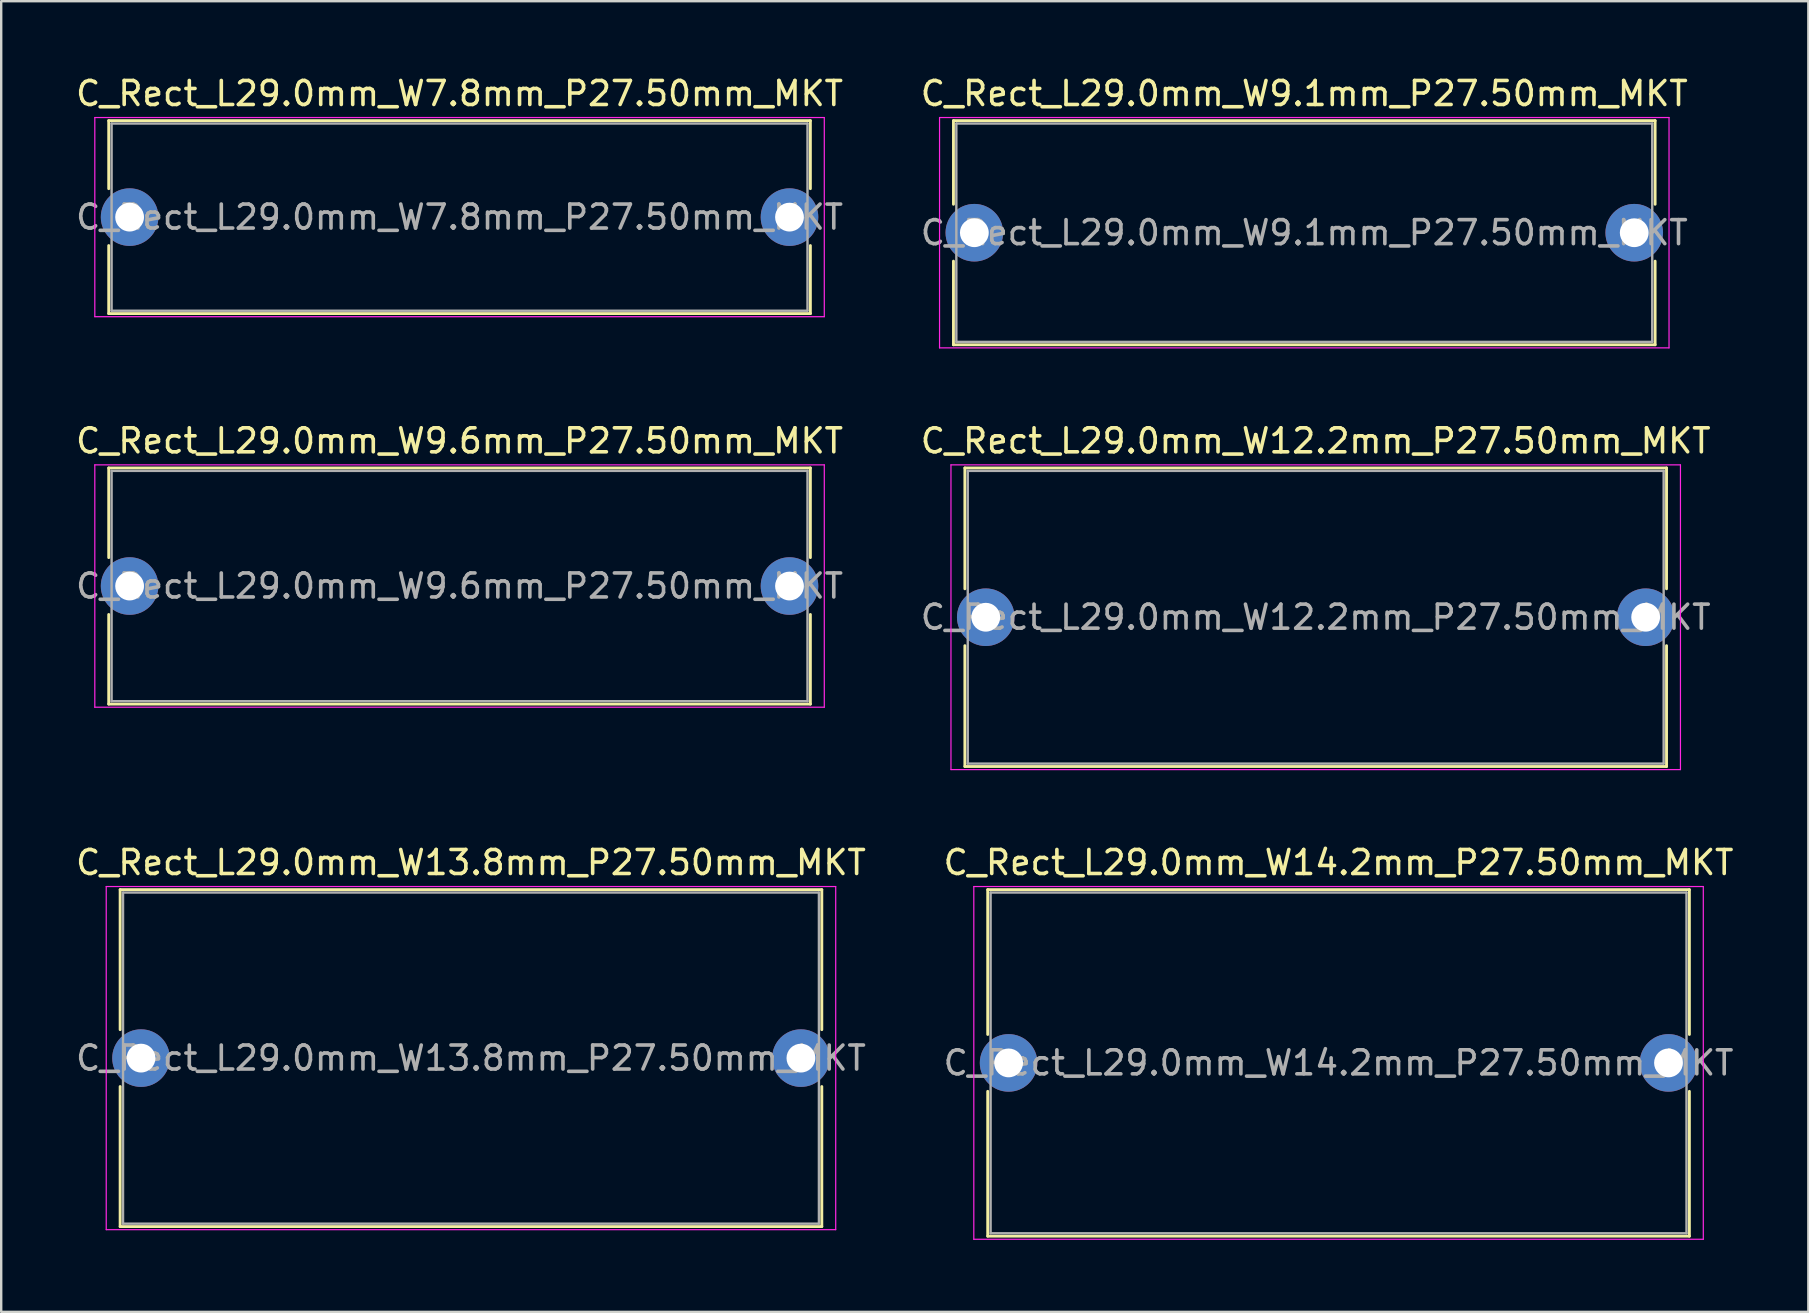
<source format=kicad_pcb>
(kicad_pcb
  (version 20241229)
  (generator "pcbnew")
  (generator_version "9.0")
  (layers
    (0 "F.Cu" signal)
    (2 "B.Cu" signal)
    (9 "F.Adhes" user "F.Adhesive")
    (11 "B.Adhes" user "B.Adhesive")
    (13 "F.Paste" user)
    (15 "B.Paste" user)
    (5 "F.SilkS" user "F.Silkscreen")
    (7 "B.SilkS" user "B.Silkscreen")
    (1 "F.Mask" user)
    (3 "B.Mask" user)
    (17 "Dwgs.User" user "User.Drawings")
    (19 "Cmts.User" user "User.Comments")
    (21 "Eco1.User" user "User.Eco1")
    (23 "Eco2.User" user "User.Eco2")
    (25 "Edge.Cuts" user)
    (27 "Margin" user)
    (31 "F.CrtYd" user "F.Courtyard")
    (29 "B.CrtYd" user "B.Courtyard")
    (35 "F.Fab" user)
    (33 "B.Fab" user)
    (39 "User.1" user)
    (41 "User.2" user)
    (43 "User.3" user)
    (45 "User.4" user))
  (footprint "C_Rect_L29.0mm_W12.2mm_P27.50mm_MKT"
    (layer "F.Cu")
    (at 38.03 22.672)
    (property "Reference" "C_Rect_L29.0mm_W12.2mm_P27.50mm_MKT" (at 13.75 -7.35 0) (layer "F.SilkS") (effects (font (size 1 1) (thickness 0.15))))
    (attr through_hole)
    (fp_line (start -0.87 -6.22) (end -0.87 -1.185) (stroke (width 0.12) (type solid)) (layer "F.SilkS"))
    (fp_line (start -0.87 -6.22) (end 28.37 -6.22) (stroke (width 0.12) (type solid)) (layer "F.SilkS"))
    (fp_line (start -0.87 1.185) (end -0.87 6.22) (stroke (width 0.12) (type solid)) (layer "F.SilkS"))
    (fp_line (start -0.87 6.22) (end 28.37 6.22) (stroke (width 0.12) (type solid)) (layer "F.SilkS"))
    (fp_line (start 28.37 -6.22) (end 28.37 -1.185) (stroke (width 0.12) (type solid)) (layer "F.SilkS"))
    (fp_line (start 28.37 1.185) (end 28.37 6.22) (stroke (width 0.12) (type solid)) (layer "F.SilkS"))
    (fp_line (start -1.45 -6.35) (end -1.45 6.35) (stroke (width 0.05) (type solid)) (layer "F.CrtYd"))
    (fp_line (start -1.45 6.35) (end 28.95 6.35) (stroke (width 0.05) (type solid)) (layer "F.CrtYd"))
    (fp_line (start 28.95 -6.35) (end -1.45 -6.35) (stroke (width 0.05) (type solid)) (layer "F.CrtYd"))
    (fp_line (start 28.95 6.35) (end 28.95 -6.35) (stroke (width 0.05) (type solid)) (layer "F.CrtYd"))
    (fp_line (start -0.75 -6.1) (end -0.75 6.1) (stroke (width 0.1) (type solid)) (layer "F.Fab"))
    (fp_line (start -0.75 6.1) (end 28.25 6.1) (stroke (width 0.1) (type solid)) (layer "F.Fab"))
    (fp_line (start 28.25 -6.1) (end -0.75 -6.1) (stroke (width 0.1) (type solid)) (layer "F.Fab"))
    (fp_line (start 28.25 6.1) (end 28.25 -6.1) (stroke (width 0.1) (type solid)) (layer "F.Fab"))
    (fp_text user "${REFERENCE}" (at 13.75 0 0) (layer "F.Fab") (effects (font (size 1 1) (thickness 0.15))))
    (pad "1" thru_hole circle (at 0 0) (size 2.4 2.4) (drill 1.2) (layers "*.Cu" "*.Mask"))
    (pad "2" thru_hole circle (at 27.5 0) (size 2.4 2.4) (drill 1.2) (layers "*.Cu" "*.Mask")))
  (footprint "C_Rect_L29.0mm_W14.2mm_P27.50mm_MKT"
    (layer "F.Cu")
    (at 38.982 41.245)
    (property "Reference" "C_Rect_L29.0mm_W14.2mm_P27.50mm_MKT" (at 13.75 -8.35 0) (layer "F.SilkS") (effects (font (size 1 1) (thickness 0.15))))
    (attr through_hole)
    (fp_line (start -0.87 -7.22) (end -0.87 -1.185) (stroke (width 0.12) (type solid)) (layer "F.SilkS"))
    (fp_line (start -0.87 -7.22) (end 28.37 -7.22) (stroke (width 0.12) (type solid)) (layer "F.SilkS"))
    (fp_line (start -0.87 1.185) (end -0.87 7.22) (stroke (width 0.12) (type solid)) (layer "F.SilkS"))
    (fp_line (start -0.87 7.22) (end 28.37 7.22) (stroke (width 0.12) (type solid)) (layer "F.SilkS"))
    (fp_line (start 28.37 -7.22) (end 28.37 -1.185) (stroke (width 0.12) (type solid)) (layer "F.SilkS"))
    (fp_line (start 28.37 1.185) (end 28.37 7.22) (stroke (width 0.12) (type solid)) (layer "F.SilkS"))
    (fp_line (start -1.45 -7.35) (end -1.45 7.35) (stroke (width 0.05) (type solid)) (layer "F.CrtYd"))
    (fp_line (start -1.45 7.35) (end 28.95 7.35) (stroke (width 0.05) (type solid)) (layer "F.CrtYd"))
    (fp_line (start 28.95 -7.35) (end -1.45 -7.35) (stroke (width 0.05) (type solid)) (layer "F.CrtYd"))
    (fp_line (start 28.95 7.35) (end 28.95 -7.35) (stroke (width 0.05) (type solid)) (layer "F.CrtYd"))
    (fp_line (start -0.75 -7.1) (end -0.75 7.1) (stroke (width 0.1) (type solid)) (layer "F.Fab"))
    (fp_line (start -0.75 7.1) (end 28.25 7.1) (stroke (width 0.1) (type solid)) (layer "F.Fab"))
    (fp_line (start 28.25 -7.1) (end -0.75 -7.1) (stroke (width 0.1) (type solid)) (layer "F.Fab"))
    (fp_line (start 28.25 7.1) (end 28.25 -7.1) (stroke (width 0.1) (type solid)) (layer "F.Fab"))
    (fp_text user "${REFERENCE}" (at 13.75 0 0) (layer "F.Fab") (effects (font (size 1 1) (thickness 0.15))))
    (pad "1" thru_hole circle (at 0 0) (size 2.4 2.4) (drill 1.2) (layers "*.Cu" "*.Mask"))
    (pad "2" thru_hole circle (at 27.5 0) (size 2.4 2.4) (drill 1.2) (layers "*.Cu" "*.Mask")))
  (footprint "C_Rect_L29.0mm_W7.8mm_P27.50mm_MKT"
    (layer "F.Cu")
    (at 2.351 5.998)
    (property "Reference" "C_Rect_L29.0mm_W7.8mm_P27.50mm_MKT" (at 13.75 -5.15 0) (layer "F.SilkS") (effects (font (size 1 1) (thickness 0.15))))
    (attr through_hole)
    (fp_line (start -0.87 -4.02) (end -0.87 -1.185) (stroke (width 0.12) (type solid)) (layer "F.SilkS"))
    (fp_line (start -0.87 -4.02) (end 28.37 -4.02) (stroke (width 0.12) (type solid)) (layer "F.SilkS"))
    (fp_line (start -0.87 1.185) (end -0.87 4.02) (stroke (width 0.12) (type solid)) (layer "F.SilkS"))
    (fp_line (start -0.87 4.02) (end 28.37 4.02) (stroke (width 0.12) (type solid)) (layer "F.SilkS"))
    (fp_line (start 28.37 -4.02) (end 28.37 -1.185) (stroke (width 0.12) (type solid)) (layer "F.SilkS"))
    (fp_line (start 28.37 1.185) (end 28.37 4.02) (stroke (width 0.12) (type solid)) (layer "F.SilkS"))
    (fp_line (start -1.45 -4.15) (end -1.45 4.15) (stroke (width 0.05) (type solid)) (layer "F.CrtYd"))
    (fp_line (start -1.45 4.15) (end 28.95 4.15) (stroke (width 0.05) (type solid)) (layer "F.CrtYd"))
    (fp_line (start 28.95 -4.15) (end -1.45 -4.15) (stroke (width 0.05) (type solid)) (layer "F.CrtYd"))
    (fp_line (start 28.95 4.15) (end 28.95 -4.15) (stroke (width 0.05) (type solid)) (layer "F.CrtYd"))
    (fp_line (start -0.75 -3.9) (end -0.75 3.9) (stroke (width 0.1) (type solid)) (layer "F.Fab"))
    (fp_line (start -0.75 3.9) (end 28.25 3.9) (stroke (width 0.1) (type solid)) (layer "F.Fab"))
    (fp_line (start 28.25 -3.9) (end -0.75 -3.9) (stroke (width 0.1) (type solid)) (layer "F.Fab"))
    (fp_line (start 28.25 3.9) (end 28.25 -3.9) (stroke (width 0.1) (type solid)) (layer "F.Fab"))
    (fp_text user "${REFERENCE}" (at 13.75 0 0) (layer "F.Fab") (effects (font (size 1 1) (thickness 0.15))))
    (pad "1" thru_hole circle (at 0 0) (size 2.4 2.4) (drill 1.2) (layers "*.Cu" "*.Mask"))
    (pad "2" thru_hole circle (at 27.5 0) (size 2.4 2.4) (drill 1.2) (layers "*.Cu" "*.Mask")))
  (footprint "C_Rect_L29.0mm_W9.1mm_P27.50mm_MKT"
    (layer "F.Cu")
    (at 37.554 6.648)
    (property "Reference" "C_Rect_L29.0mm_W9.1mm_P27.50mm_MKT" (at 13.75 -5.8 0) (layer "F.SilkS") (effects (font (size 1 1) (thickness 0.15))))
    (attr through_hole)
    (fp_line (start -0.87 -4.67) (end -0.87 -1.185) (stroke (width 0.12) (type solid)) (layer "F.SilkS"))
    (fp_line (start -0.87 -4.67) (end 28.37 -4.67) (stroke (width 0.12) (type solid)) (layer "F.SilkS"))
    (fp_line (start -0.87 1.185) (end -0.87 4.67) (stroke (width 0.12) (type solid)) (layer "F.SilkS"))
    (fp_line (start -0.87 4.67) (end 28.37 4.67) (stroke (width 0.12) (type solid)) (layer "F.SilkS"))
    (fp_line (start 28.37 -4.67) (end 28.37 -1.185) (stroke (width 0.12) (type solid)) (layer "F.SilkS"))
    (fp_line (start 28.37 1.185) (end 28.37 4.67) (stroke (width 0.12) (type solid)) (layer "F.SilkS"))
    (fp_line (start -1.45 -4.8) (end -1.45 4.8) (stroke (width 0.05) (type solid)) (layer "F.CrtYd"))
    (fp_line (start -1.45 4.8) (end 28.95 4.8) (stroke (width 0.05) (type solid)) (layer "F.CrtYd"))
    (fp_line (start 28.95 -4.8) (end -1.45 -4.8) (stroke (width 0.05) (type solid)) (layer "F.CrtYd"))
    (fp_line (start 28.95 4.8) (end 28.95 -4.8) (stroke (width 0.05) (type solid)) (layer "F.CrtYd"))
    (fp_line (start -0.75 -4.55) (end -0.75 4.55) (stroke (width 0.1) (type solid)) (layer "F.Fab"))
    (fp_line (start -0.75 4.55) (end 28.25 4.55) (stroke (width 0.1) (type solid)) (layer "F.Fab"))
    (fp_line (start 28.25 -4.55) (end -0.75 -4.55) (stroke (width 0.1) (type solid)) (layer "F.Fab"))
    (fp_line (start 28.25 4.55) (end 28.25 -4.55) (stroke (width 0.1) (type solid)) (layer "F.Fab"))
    (fp_text user "${REFERENCE}" (at 13.75 0 0) (layer "F.Fab") (effects (font (size 1 1) (thickness 0.15))))
    (pad "1" thru_hole circle (at 0 0) (size 2.4 2.4) (drill 1.2) (layers "*.Cu" "*.Mask"))
    (pad "2" thru_hole circle (at 27.5 0) (size 2.4 2.4) (drill 1.2) (layers "*.Cu" "*.Mask")))
  (footprint "C_Rect_L29.0mm_W13.8mm_P27.50mm_MKT"
    (layer "F.Cu")
    (at 2.827 41.045)
    (property "Reference" "C_Rect_L29.0mm_W13.8mm_P27.50mm_MKT" (at 13.75 -8.15 0) (layer "F.SilkS") (effects (font (size 1 1) (thickness 0.15))))
    (attr through_hole)
    (fp_line (start -0.87 -7.02) (end -0.87 -1.185) (stroke (width 0.12) (type solid)) (layer "F.SilkS"))
    (fp_line (start -0.87 -7.02) (end 28.37 -7.02) (stroke (width 0.12) (type solid)) (layer "F.SilkS"))
    (fp_line (start -0.87 1.185) (end -0.87 7.02) (stroke (width 0.12) (type solid)) (layer "F.SilkS"))
    (fp_line (start -0.87 7.02) (end 28.37 7.02) (stroke (width 0.12) (type solid)) (layer "F.SilkS"))
    (fp_line (start 28.37 -7.02) (end 28.37 -1.185) (stroke (width 0.12) (type solid)) (layer "F.SilkS"))
    (fp_line (start 28.37 1.185) (end 28.37 7.02) (stroke (width 0.12) (type solid)) (layer "F.SilkS"))
    (fp_line (start -1.45 -7.15) (end -1.45 7.15) (stroke (width 0.05) (type solid)) (layer "F.CrtYd"))
    (fp_line (start -1.45 7.15) (end 28.95 7.15) (stroke (width 0.05) (type solid)) (layer "F.CrtYd"))
    (fp_line (start 28.95 -7.15) (end -1.45 -7.15) (stroke (width 0.05) (type solid)) (layer "F.CrtYd"))
    (fp_line (start 28.95 7.15) (end 28.95 -7.15) (stroke (width 0.05) (type solid)) (layer "F.CrtYd"))
    (fp_line (start -0.75 -6.9) (end -0.75 6.9) (stroke (width 0.1) (type solid)) (layer "F.Fab"))
    (fp_line (start -0.75 6.9) (end 28.25 6.9) (stroke (width 0.1) (type solid)) (layer "F.Fab"))
    (fp_line (start 28.25 -6.9) (end -0.75 -6.9) (stroke (width 0.1) (type solid)) (layer "F.Fab"))
    (fp_line (start 28.25 6.9) (end 28.25 -6.9) (stroke (width 0.1) (type solid)) (layer "F.Fab"))
    (fp_text user "${REFERENCE}" (at 13.75 0 0) (layer "F.Fab") (effects (font (size 1 1) (thickness 0.15))))
    (pad "1" thru_hole circle (at 0 0) (size 2.4 2.4) (drill 1.2) (layers "*.Cu" "*.Mask"))
    (pad "2" thru_hole circle (at 27.5 0) (size 2.4 2.4) (drill 1.2) (layers "*.Cu" "*.Mask")))
  (footprint "C_Rect_L29.0mm_W9.6mm_P27.50mm_MKT"
    (layer "F.Cu")
    (at 2.351 21.372)
    (property "Reference" "C_Rect_L29.0mm_W9.6mm_P27.50mm_MKT" (at 13.75 -6.05 0) (layer "F.SilkS") (effects (font (size 1 1) (thickness 0.15))))
    (attr through_hole)
    (fp_line (start -0.87 -4.92) (end -0.87 -1.185) (stroke (width 0.12) (type solid)) (layer "F.SilkS"))
    (fp_line (start -0.87 -4.92) (end 28.37 -4.92) (stroke (width 0.12) (type solid)) (layer "F.SilkS"))
    (fp_line (start -0.87 1.185) (end -0.87 4.92) (stroke (width 0.12) (type solid)) (layer "F.SilkS"))
    (fp_line (start -0.87 4.92) (end 28.37 4.92) (stroke (width 0.12) (type solid)) (layer "F.SilkS"))
    (fp_line (start 28.37 -4.92) (end 28.37 -1.185) (stroke (width 0.12) (type solid)) (layer "F.SilkS"))
    (fp_line (start 28.37 1.185) (end 28.37 4.92) (stroke (width 0.12) (type solid)) (layer "F.SilkS"))
    (fp_line (start -1.45 -5.05) (end -1.45 5.05) (stroke (width 0.05) (type solid)) (layer "F.CrtYd"))
    (fp_line (start -1.45 5.05) (end 28.95 5.05) (stroke (width 0.05) (type solid)) (layer "F.CrtYd"))
    (fp_line (start 28.95 -5.05) (end -1.45 -5.05) (stroke (width 0.05) (type solid)) (layer "F.CrtYd"))
    (fp_line (start 28.95 5.05) (end 28.95 -5.05) (stroke (width 0.05) (type solid)) (layer "F.CrtYd"))
    (fp_line (start -0.75 -4.8) (end -0.75 4.8) (stroke (width 0.1) (type solid)) (layer "F.Fab"))
    (fp_line (start -0.75 4.8) (end 28.25 4.8) (stroke (width 0.1) (type solid)) (layer "F.Fab"))
    (fp_line (start 28.25 -4.8) (end -0.75 -4.8) (stroke (width 0.1) (type solid)) (layer "F.Fab"))
    (fp_line (start 28.25 4.8) (end 28.25 -4.8) (stroke (width 0.1) (type solid)) (layer "F.Fab"))
    (fp_text user "${REFERENCE}" (at 13.75 0 0) (layer "F.Fab") (effects (font (size 1 1) (thickness 0.15))))
    (pad "1" thru_hole circle (at 0 0) (size 2.4 2.4) (drill 1.2) (layers "*.Cu" "*.Mask"))
    (pad "2" thru_hole circle (at 27.5 0) (size 2.4 2.4) (drill 1.2) (layers "*.Cu" "*.Mask")))
  (gr_rect
    (start -3 -3)
    (end 72.31 51.62)
    (stroke (width 0.1) (type default))
    (fill no)
    (layer "Edge.Cuts")))
</source>
